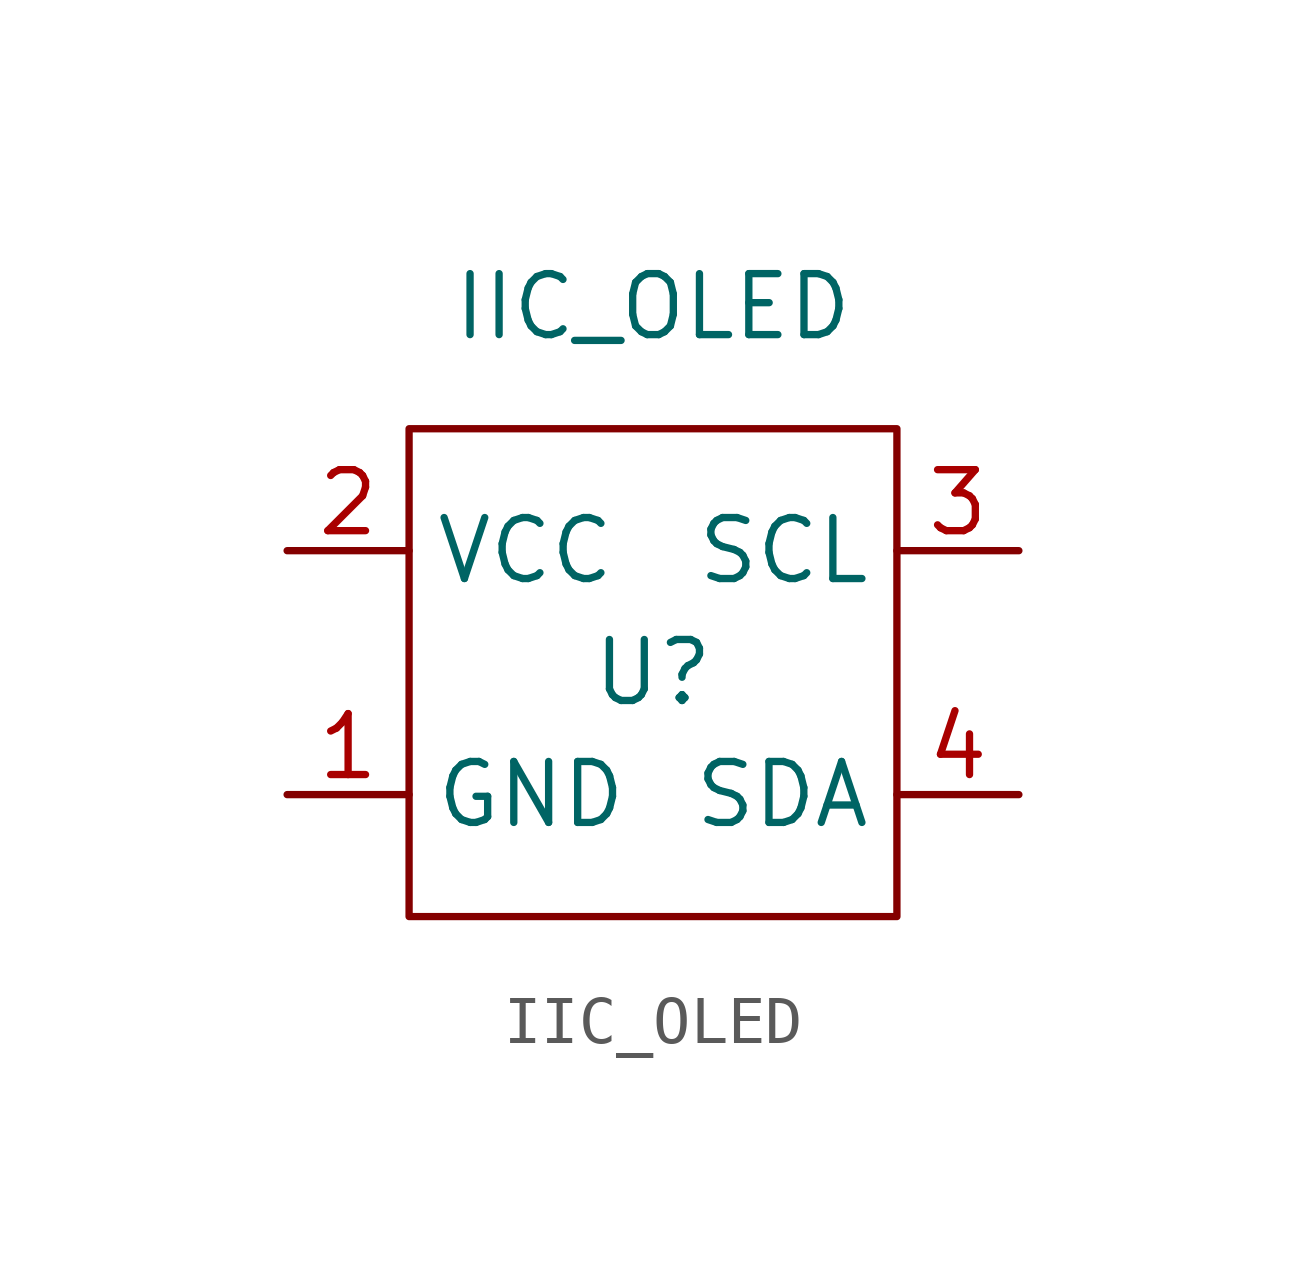
<source format=kicad_sym>
(kicad_symbol_lib
  (version 20200126)
  (host kicad_symbol_editor "(5.99.0-1887-g0032845f9)")
  (symbol "keyboard_asset:IIC_OLED"
    (property "Reference" "U"
      (at 0 0 0)
      (effects (font (size 1.27 1.27))))
    (property "Value" "IIC_OLED"
      (at 0 7.62 0)
      (effects (font (size 1.27 1.27))))
    (symbol "IIC_OLED_0_1"
      (rectangle (start -5.08 5.08) (end 5.08 -5.08) (stroke (width 0)) (fill (type none))))
    (symbol "IIC_OLED_1_1"
      (pin power_in line (at -7.62 -2.54 0) (length 2.54) (name "GND" (effects (font (size 1.27 1.27)))) (number "1" (effects (font (size 1.27 1.27)))))
      (pin power_in line (at -7.62 2.54 0) (length 2.54) (name "VCC" (effects (font (size 1.27 1.27)))) (number "2" (effects (font (size 1.27 1.27)))))
      (pin input line (at 7.62 2.54 180) (length 2.54) (name "SCL" (effects (font (size 1.27 1.27)))) (number "3" (effects (font (size 1.27 1.27)))))
      (pin input line (at 7.62 -2.54 180) (length 2.54) (name "SDA" (effects (font (size 1.27 1.27)))) (number "4" (effects (font (size 1.27 1.27))))))))
</source>
